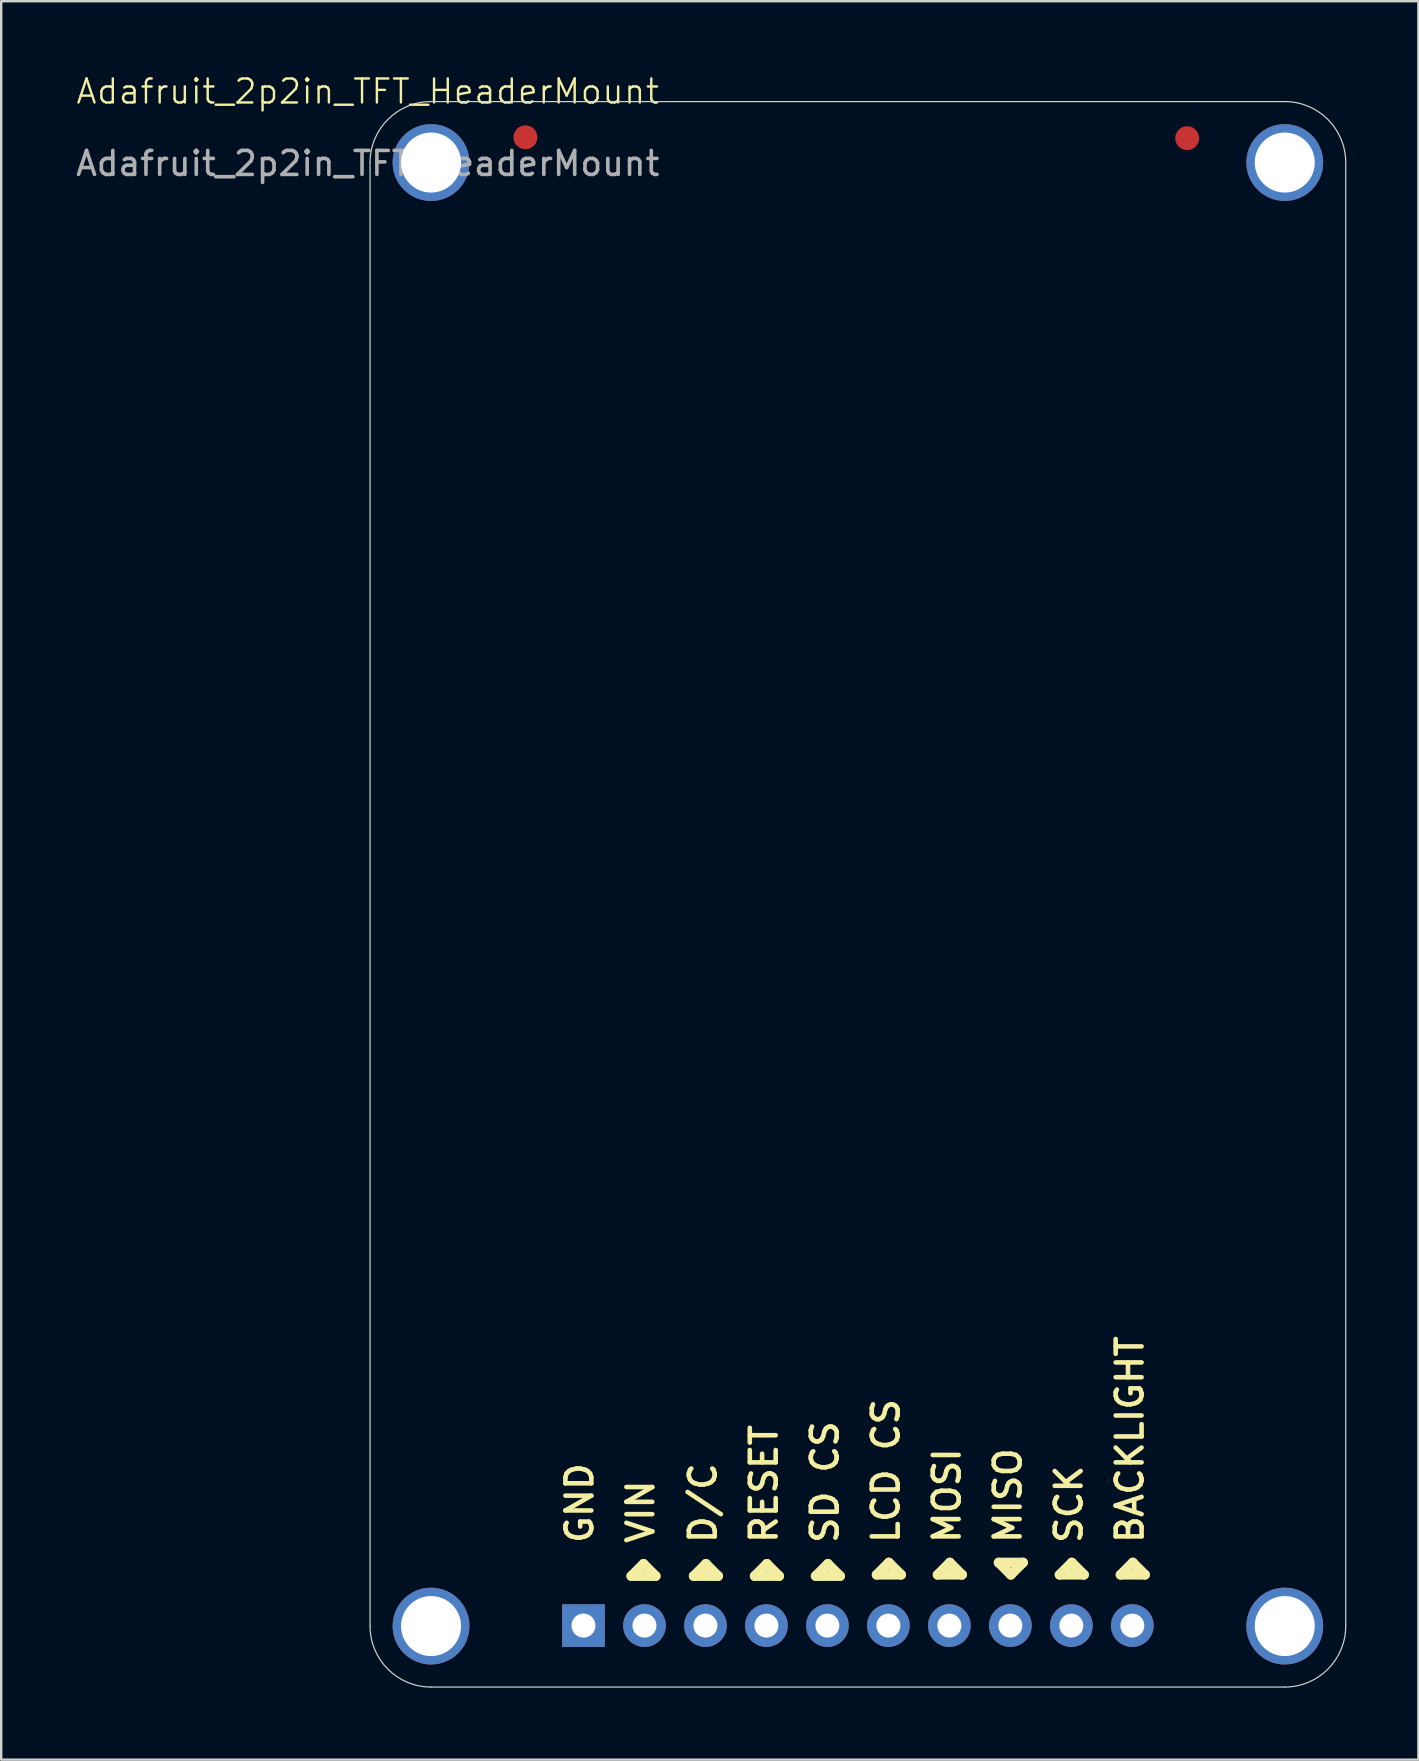
<source format=kicad_pcb>
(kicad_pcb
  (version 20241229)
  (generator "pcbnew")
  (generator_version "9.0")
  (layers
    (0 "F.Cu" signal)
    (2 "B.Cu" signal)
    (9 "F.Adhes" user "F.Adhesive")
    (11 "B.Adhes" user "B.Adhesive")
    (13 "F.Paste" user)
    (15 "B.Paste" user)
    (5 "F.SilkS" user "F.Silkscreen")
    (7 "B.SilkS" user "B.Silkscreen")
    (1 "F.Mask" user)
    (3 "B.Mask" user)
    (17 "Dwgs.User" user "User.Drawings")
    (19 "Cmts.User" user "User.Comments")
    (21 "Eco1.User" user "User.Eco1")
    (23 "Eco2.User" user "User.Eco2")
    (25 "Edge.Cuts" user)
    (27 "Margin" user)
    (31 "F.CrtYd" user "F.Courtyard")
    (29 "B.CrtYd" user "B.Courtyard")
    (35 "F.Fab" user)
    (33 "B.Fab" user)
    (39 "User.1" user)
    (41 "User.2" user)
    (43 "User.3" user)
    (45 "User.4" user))
  (footprint "Adafruit_2p2in_TFT_HeaderMount"
    (layer "F.Cu")
    (at 12.268 1.26)
    (property "Reference" "Adafruit_2p2in_TFT_HeaderMount" (at 0 -0.5 0) (unlocked yes) (layer "F.SilkS") (effects (font (size 1 1) (thickness 0.1))))
    (attr smd)
    (fp_line (start 10.978 61.337) (end 11.994 61.337) (stroke (width 0.406) (type solid)) (layer "F.SilkS"))
    (fp_line (start 11.486 60.829) (end 10.978 61.337) (stroke (width 0.406) (type solid)) (layer "F.SilkS"))
    (fp_line (start 11.994 61.337) (end 11.486 60.829) (stroke (width 0.406) (type solid)) (layer "F.SilkS"))
    (fp_line (start 13.578 61.337) (end 14.594 61.337) (stroke (width 0.406) (type solid)) (layer "F.SilkS"))
    (fp_line (start 14.086 60.829) (end 13.578 61.337) (stroke (width 0.406) (type solid)) (layer "F.SilkS"))
    (fp_line (start 14.594 61.337) (end 14.086 60.829) (stroke (width 0.406) (type solid)) (layer "F.SilkS"))
    (fp_line (start 16.118 61.337) (end 17.134 61.337) (stroke (width 0.406) (type solid)) (layer "F.SilkS"))
    (fp_line (start 16.626 60.829) (end 16.118 61.337) (stroke (width 0.406) (type solid)) (layer "F.SilkS"))
    (fp_line (start 17.134 61.337) (end 16.626 60.829) (stroke (width 0.406) (type solid)) (layer "F.SilkS"))
    (fp_line (start 18.658 61.337) (end 19.674 61.337) (stroke (width 0.406) (type solid)) (layer "F.SilkS"))
    (fp_line (start 19.166 60.829) (end 18.658 61.337) (stroke (width 0.406) (type solid)) (layer "F.SilkS"))
    (fp_line (start 19.674 61.337) (end 19.166 60.829) (stroke (width 0.406) (type solid)) (layer "F.SilkS"))
    (fp_line (start 21.198 61.283) (end 22.214 61.283) (stroke (width 0.406) (type solid)) (layer "F.SilkS"))
    (fp_line (start 21.706 60.775) (end 21.198 61.283) (stroke (width 0.406) (type solid)) (layer "F.SilkS"))
    (fp_line (start 22.214 61.283) (end 21.706 60.775) (stroke (width 0.406) (type solid)) (layer "F.SilkS"))
    (fp_line (start 23.738 61.283) (end 24.754 61.283) (stroke (width 0.406) (type solid)) (layer "F.SilkS"))
    (fp_line (start 24.246 60.775) (end 23.738 61.283) (stroke (width 0.406) (type solid)) (layer "F.SilkS"))
    (fp_line (start 24.754 61.283) (end 24.246 60.775) (stroke (width 0.406) (type solid)) (layer "F.SilkS"))
    (fp_line (start 26.278 60.775) (end 26.786 61.283) (stroke (width 0.406) (type solid)) (layer "F.SilkS"))
    (fp_line (start 26.786 61.283) (end 27.294 60.775) (stroke (width 0.406) (type solid)) (layer "F.SilkS"))
    (fp_line (start 27.294 60.775) (end 26.278 60.775) (stroke (width 0.406) (type solid)) (layer "F.SilkS"))
    (fp_line (start 28.818 61.283) (end 29.834 61.283) (stroke (width 0.406) (type solid)) (layer "F.SilkS"))
    (fp_line (start 29.326 60.775) (end 28.818 61.283) (stroke (width 0.406) (type solid)) (layer "F.SilkS"))
    (fp_line (start 29.834 61.283) (end 29.326 60.775) (stroke (width 0.406) (type solid)) (layer "F.SilkS"))
    (fp_line (start 31.358 61.283) (end 32.374 61.283) (stroke (width 0.406) (type solid)) (layer "F.SilkS"))
    (fp_line (start 31.866 60.775) (end 31.358 61.283) (stroke (width 0.406) (type solid)) (layer "F.SilkS"))
    (fp_line (start 32.374 61.283) (end 31.866 60.775) (stroke (width 0.406) (type solid)) (layer "F.SilkS"))
    (fp_line (start 0.096 2.461) (end 0.096 63.421) (stroke (width 0.05) (type solid)) (layer "Edge.Cuts"))
    (fp_line (start 2.636 65.961) (end 38.196 65.961) (stroke (width 0.05) (type solid)) (layer "Edge.Cuts"))
    (fp_line (start 38.196 -0.079) (end 2.636 -0.079) (stroke (width 0.05) (type solid)) (layer "Edge.Cuts"))
    (fp_line (start 40.736 63.421) (end 40.736 2.461) (stroke (width 0.05) (type solid)) (layer "Edge.Cuts"))
    (fp_arc (start 0.095645 2.460617) (mid 0.839594 0.664566) (end 2.635645 -0.079383) (stroke (width 0.05) (type solid)) (layer "Edge.Cuts"))
    (fp_arc (start 2.635645 65.960617) (mid 0.839594 65.216668) (end 0.095645 63.420617) (stroke (width 0.05) (type solid)) (layer "Edge.Cuts"))
    (fp_arc (start 38.195645 -0.079383) (mid 39.991696 0.664566) (end 40.735645 2.460617) (stroke (width 0.05) (type solid)) (layer "Edge.Cuts"))
    (fp_arc (start 40.735645 63.420617) (mid 39.991696 65.216668) (end 38.195645 65.960617) (stroke (width 0.05) (type solid)) (layer "Edge.Cuts"))
    (fp_text user "MISO" (at 27.294 60.067 90) (unlocked yes) (layer "F.SilkS") (effects (font (size 1.079 1.079) (thickness 0.191)) (justify left bottom)))
    (fp_text user "SCK" (at 29.834 60.067 90) (unlocked yes) (layer "F.SilkS") (effects (font (size 1.079 1.079) (thickness 0.191)) (justify left bottom)))
    (fp_text user "SD CS" (at 19.674 60.067 90) (unlocked yes) (layer "F.SilkS") (effects (font (size 1.079 1.079) (thickness 0.191)) (justify left bottom)))
    (fp_text user "LCD CS" (at 22.214 60.067 90) (unlocked yes) (layer "F.SilkS") (effects (font (size 1.079 1.079) (thickness 0.191)) (justify left bottom)))
    (fp_text user "VIN" (at 11.994 60.067 90) (unlocked yes) (layer "F.SilkS") (effects (font (size 1.079 1.079) (thickness 0.191)) (justify left bottom)))
    (fp_text user "BACKLIGHT" (at 32.374 60.067 90) (unlocked yes) (layer "F.SilkS") (effects (font (size 1.079 1.079) (thickness 0.191)) (justify left bottom)))
    (fp_text user "RESET" (at 17.134 60.067 90) (unlocked yes) (layer "F.SilkS") (effects (font (size 1.079 1.079) (thickness 0.191)) (justify left bottom)))
    (fp_text user "D/C" (at 14.594 60.067 90) (unlocked yes) (layer "F.SilkS") (effects (font (size 1.079 1.079) (thickness 0.191)) (justify left bottom)))
    (fp_text user "GND" (at 9.454 60.067 90) (unlocked yes) (layer "F.SilkS") (effects (font (size 1.079 1.079) (thickness 0.191)) (justify left bottom)))
    (fp_text user "MOSI" (at 24.754 60.067 90) (unlocked yes) (layer "F.SilkS") (effects (font (size 1.079 1.079) (thickness 0.191)) (justify left bottom)))
    (fp_text user "${REFERENCE}" (at 0 2.5 0) (unlocked yes) (layer "F.Fab") (effects (font (size 1 1) (thickness 0.15))))
    (pad "1" smd roundrect (at 6.567 1.409) (size 1 1) (layers "F.Cu" "F.Mask") (roundrect_rratio 0.5))
    (pad "1" thru_hole rect (at 8.986 63.401 90) (size 1.778 1.778) (drill 1) (layers "*.Cu" "*.Mask"))
    (pad "1" smd roundrect (at 34.132 1.445) (size 1 1) (layers "F.Cu" "F.Mask") (roundrect_rratio 0.5))
    (pad "2" thru_hole circle (at 11.526 63.401 90) (size 1.778 1.778) (drill 1) (layers "*.Cu" "*.Mask"))
    (pad "3" thru_hole circle (at 14.066 63.401 90) (size 1.778 1.778) (drill 1) (layers "*.Cu" "*.Mask"))
    (pad "4" thru_hole circle (at 16.606 63.401 90) (size 1.778 1.778) (drill 1) (layers "*.Cu" "*.Mask"))
    (pad "5" thru_hole circle (at 19.146 63.401 90) (size 1.778 1.778) (drill 1) (layers "*.Cu" "*.Mask"))
    (pad "6" thru_hole circle (at 21.686 63.401 90) (size 1.778 1.778) (drill 1) (layers "*.Cu" "*.Mask"))
    (pad "7" thru_hole circle (at 24.226 63.401 90) (size 1.778 1.778) (drill 1) (layers "*.Cu" "*.Mask"))
    (pad "8" thru_hole circle (at 26.766 63.401 90) (size 1.778 1.778) (drill 1) (layers "*.Cu" "*.Mask"))
    (pad "9" thru_hole circle (at 29.306 63.401 90) (size 1.778 1.778) (drill 1) (layers "*.Cu" "*.Mask"))
    (pad "10" thru_hole circle (at 31.846 63.401 90) (size 1.778 1.778) (drill 1) (layers "*.Cu" "*.Mask"))
    (pad "P$1" thru_hole circle (at 2.636 2.461) (size 3.2 3.2) (drill 2.5) (layers "*.Cu" "*.Mask"))
    (pad "P$1" thru_hole circle (at 2.636 63.421) (size 3.2 3.2) (drill 2.5) (layers "*.Cu" "*.Mask"))
    (pad "P$1" thru_hole circle (at 38.196 2.461) (size 3.2 3.2) (drill 2.5) (layers "*.Cu" "*.Mask"))
    (pad "P$1" thru_hole circle (at 38.196 63.421) (size 3.2 3.2) (drill 2.5) (layers "*.Cu" "*.Mask"))
    (zone (net_name "") (layer "F.Cu") (hatch edge 0.5) (connect_pads) (min_thickness 0.25) (filled_areas_thickness no) (keepout (tracks not_allowed) (vias not_allowed) (pads not_allowed) (copperpour not_allowed) (footprints allowed)) (placement (enabled no)) (fill) (polygon (pts (xy 16.92 3.721) (xy 16.9 3.441) (xy 16.841 3.165) (xy 16.745 2.901) (xy 16.613 2.653) (xy 16.448 2.425) (xy 16.252 2.223) (xy 16.031 2.05) (xy 15.787 1.909) (xy 15.526 1.804) (xy 15.254 1.736) (xy 14.974 1.706) (xy 14.693 1.716) (xy 14.416 1.765) (xy 14.148 1.852) (xy 13.896 1.975) (xy 13.662 2.132) (xy 13.453 2.321) (xy 13.273 2.536) (xy 13.123 2.775) (xy 13.009 3.032) (xy 12.932 3.302) (xy 12.892 3.58) (xy 12.892 3.862) (xy 12.932 4.14) (xy 13.009 4.411) (xy 13.123 4.668) (xy 13.273 4.906) (xy 13.453 5.122) (xy 13.662 5.31) (xy 13.896 5.467) (xy 14.148 5.59) (xy 14.416 5.677) (xy 14.693 5.726) (xy 14.974 5.736) (xy 15.254 5.706) (xy 15.526 5.638) (xy 15.787 5.533) (xy 16.031 5.392) (xy 16.252 5.219) (xy 16.448 5.017) (xy 16.613 4.789) (xy 16.745 4.541) (xy 16.841 4.277) (xy 16.9 4.002))) (polygon (pts (xy 14.888 3.721) (xy 14.892 3.732) (xy 14.904 3.737) (xy 14.915 3.732) (xy 14.92 3.721) (xy 14.915 3.71) (xy 14.904 3.705) (xy 14.892 3.71))))
    (zone (net_name "") (layer "F.Cu") (hatch edge 0.5) (connect_pads) (min_thickness 0.25) (filled_areas_thickness no) (keepout (tracks not_allowed) (vias not_allowed) (pads not_allowed) (copperpour not_allowed) (footprints allowed)) (placement (enabled no)) (fill) (polygon (pts (xy 16.92 64.681) (xy 16.9 64.401) (xy 16.841 64.125) (xy 16.745 63.861) (xy 16.613 63.613) (xy 16.448 63.385) (xy 16.252 63.183) (xy 16.031 63.01) (xy 15.787 62.869) (xy 15.526 62.764) (xy 15.254 62.696) (xy 14.974 62.666) (xy 14.693 62.676) (xy 14.416 62.725) (xy 14.148 62.812) (xy 13.896 62.935) (xy 13.662 63.092) (xy 13.453 63.281) (xy 13.273 63.496) (xy 13.123 63.735) (xy 13.009 63.992) (xy 12.932 64.262) (xy 12.892 64.54) (xy 12.892 64.822) (xy 12.932 65.1) (xy 13.009 65.371) (xy 13.123 65.628) (xy 13.273 65.866) (xy 13.453 66.082) (xy 13.662 66.27) (xy 13.896 66.427) (xy 14.148 66.55) (xy 14.416 66.637) (xy 14.693 66.686) (xy 14.974 66.696) (xy 15.254 66.666) (xy 15.526 66.598) (xy 15.787 66.493) (xy 16.031 66.352) (xy 16.252 66.179) (xy 16.448 65.977) (xy 16.613 65.749) (xy 16.745 65.501) (xy 16.841 65.237) (xy 16.9 64.962))) (polygon (pts (xy 14.888 64.681) (xy 14.892 64.692) (xy 14.904 64.697) (xy 14.915 64.692) (xy 14.92 64.681) (xy 14.915 64.67) (xy 14.904 64.665) (xy 14.892 64.67))))
    (zone (net_name "") (layer "F.Cu") (hatch edge 0.5) (connect_pads) (min_thickness 0.25) (filled_areas_thickness no) (keepout (tracks not_allowed) (vias not_allowed) (pads not_allowed) (copperpour not_allowed) (footprints allowed)) (placement (enabled no)) (fill) (polygon (pts (xy 52.48 3.721) (xy 52.46 3.441) (xy 52.401 3.165) (xy 52.305 2.901) (xy 52.173 2.653) (xy 52.008 2.425) (xy 51.812 2.223) (xy 51.591 2.05) (xy 51.347 1.909) (xy 51.086 1.804) (xy 50.814 1.736) (xy 50.534 1.706) (xy 50.253 1.716) (xy 49.976 1.765) (xy 49.708 1.852) (xy 49.456 1.975) (xy 49.222 2.132) (xy 49.013 2.321) (xy 48.833 2.536) (xy 48.683 2.775) (xy 48.569 3.032) (xy 48.492 3.302) (xy 48.452 3.58) (xy 48.452 3.862) (xy 48.492 4.14) (xy 48.569 4.411) (xy 48.683 4.668) (xy 48.833 4.906) (xy 49.013 5.122) (xy 49.222 5.31) (xy 49.456 5.467) (xy 49.708 5.59) (xy 49.976 5.677) (xy 50.253 5.726) (xy 50.534 5.736) (xy 50.814 5.706) (xy 51.086 5.638) (xy 51.347 5.533) (xy 51.591 5.392) (xy 51.812 5.219) (xy 52.008 5.017) (xy 52.173 4.789) (xy 52.305 4.541) (xy 52.401 4.277) (xy 52.46 4.002))) (polygon (pts (xy 50.448 3.721) (xy 50.452 3.732) (xy 50.464 3.737) (xy 50.475 3.732) (xy 50.48 3.721) (xy 50.475 3.71) (xy 50.464 3.705) (xy 50.452 3.71))))
    (zone (net_name "") (layer "F.Cu") (hatch edge 0.5) (connect_pads) (min_thickness 0.25) (filled_areas_thickness no) (keepout (tracks not_allowed) (vias not_allowed) (pads not_allowed) (copperpour not_allowed) (footprints allowed)) (placement (enabled no)) (fill) (polygon (pts (xy 52.48 64.681) (xy 52.46 64.401) (xy 52.401 64.125) (xy 52.305 63.861) (xy 52.173 63.613) (xy 52.008 63.385) (xy 51.812 63.183) (xy 51.591 63.01) (xy 51.347 62.869) (xy 51.086 62.764) (xy 50.814 62.696) (xy 50.534 62.666) (xy 50.253 62.676) (xy 49.976 62.725) (xy 49.708 62.812) (xy 49.456 62.935) (xy 49.222 63.092) (xy 49.013 63.281) (xy 48.833 63.496) (xy 48.683 63.735) (xy 48.569 63.992) (xy 48.492 64.262) (xy 48.452 64.54) (xy 48.452 64.822) (xy 48.492 65.1) (xy 48.569 65.371) (xy 48.683 65.628) (xy 48.833 65.866) (xy 49.013 66.082) (xy 49.222 66.27) (xy 49.456 66.427) (xy 49.708 66.55) (xy 49.976 66.637) (xy 50.253 66.686) (xy 50.534 66.696) (xy 50.814 66.666) (xy 51.086 66.598) (xy 51.347 66.493) (xy 51.591 66.352) (xy 51.812 66.179) (xy 52.008 65.977) (xy 52.173 65.749) (xy 52.305 65.501) (xy 52.401 65.237) (xy 52.46 64.962))) (polygon (pts (xy 50.448 64.681) (xy 50.452 64.692) (xy 50.464 64.697) (xy 50.475 64.692) (xy 50.48 64.681) (xy 50.475 64.67) (xy 50.464 64.665) (xy 50.452 64.67))))
    (zone (net_name "") (layer "B.Cu") (hatch edge 0.5) (connect_pads) (min_thickness 0.25) (filled_areas_thickness no) (keepout (tracks not_allowed) (vias not_allowed) (pads not_allowed) (copperpour not_allowed) (footprints allowed)) (placement (enabled no)) (fill) (polygon (pts (xy 16.92 3.721) (xy 16.9 3.441) (xy 16.841 3.165) (xy 16.745 2.901) (xy 16.613 2.653) (xy 16.448 2.425) (xy 16.252 2.223) (xy 16.031 2.05) (xy 15.787 1.909) (xy 15.526 1.804) (xy 15.254 1.736) (xy 14.974 1.706) (xy 14.693 1.716) (xy 14.416 1.765) (xy 14.148 1.852) (xy 13.896 1.975) (xy 13.662 2.132) (xy 13.453 2.321) (xy 13.273 2.536) (xy 13.123 2.775) (xy 13.009 3.032) (xy 12.932 3.302) (xy 12.892 3.58) (xy 12.892 3.862) (xy 12.932 4.14) (xy 13.009 4.411) (xy 13.123 4.668) (xy 13.273 4.906) (xy 13.453 5.122) (xy 13.662 5.31) (xy 13.896 5.467) (xy 14.148 5.59) (xy 14.416 5.677) (xy 14.693 5.726) (xy 14.974 5.736) (xy 15.254 5.706) (xy 15.526 5.638) (xy 15.787 5.533) (xy 16.031 5.392) (xy 16.252 5.219) (xy 16.448 5.017) (xy 16.613 4.789) (xy 16.745 4.541) (xy 16.841 4.277) (xy 16.9 4.002))) (polygon (pts (xy 14.888 3.721) (xy 14.892 3.732) (xy 14.904 3.737) (xy 14.915 3.732) (xy 14.92 3.721) (xy 14.915 3.71) (xy 14.904 3.705) (xy 14.892 3.71))))
    (zone (net_name "") (layer "B.Cu") (hatch edge 0.5) (connect_pads) (min_thickness 0.25) (filled_areas_thickness no) (keepout (tracks not_allowed) (vias not_allowed) (pads not_allowed) (copperpour not_allowed) (footprints allowed)) (placement (enabled no)) (fill) (polygon (pts (xy 16.92 64.681) (xy 16.9 64.401) (xy 16.841 64.125) (xy 16.745 63.861) (xy 16.613 63.613) (xy 16.448 63.385) (xy 16.252 63.183) (xy 16.031 63.01) (xy 15.787 62.869) (xy 15.526 62.764) (xy 15.254 62.696) (xy 14.974 62.666) (xy 14.693 62.676) (xy 14.416 62.725) (xy 14.148 62.812) (xy 13.896 62.935) (xy 13.662 63.092) (xy 13.453 63.281) (xy 13.273 63.496) (xy 13.123 63.735) (xy 13.009 63.992) (xy 12.932 64.262) (xy 12.892 64.54) (xy 12.892 64.822) (xy 12.932 65.1) (xy 13.009 65.371) (xy 13.123 65.628) (xy 13.273 65.866) (xy 13.453 66.082) (xy 13.662 66.27) (xy 13.896 66.427) (xy 14.148 66.55) (xy 14.416 66.637) (xy 14.693 66.686) (xy 14.974 66.696) (xy 15.254 66.666) (xy 15.526 66.598) (xy 15.787 66.493) (xy 16.031 66.352) (xy 16.252 66.179) (xy 16.448 65.977) (xy 16.613 65.749) (xy 16.745 65.501) (xy 16.841 65.237) (xy 16.9 64.962))) (polygon (pts (xy 14.888 64.681) (xy 14.892 64.692) (xy 14.904 64.697) (xy 14.915 64.692) (xy 14.92 64.681) (xy 14.915 64.67) (xy 14.904 64.665) (xy 14.892 64.67))))
    (zone (net_name "") (layer "B.Cu") (hatch edge 0.5) (connect_pads) (min_thickness 0.25) (filled_areas_thickness no) (keepout (tracks not_allowed) (vias not_allowed) (pads not_allowed) (copperpour not_allowed) (footprints allowed)) (placement (enabled no)) (fill) (polygon (pts (xy 52.48 3.721) (xy 52.46 3.441) (xy 52.401 3.165) (xy 52.305 2.901) (xy 52.173 2.653) (xy 52.008 2.425) (xy 51.812 2.223) (xy 51.591 2.05) (xy 51.347 1.909) (xy 51.086 1.804) (xy 50.814 1.736) (xy 50.534 1.706) (xy 50.253 1.716) (xy 49.976 1.765) (xy 49.708 1.852) (xy 49.456 1.975) (xy 49.222 2.132) (xy 49.013 2.321) (xy 48.833 2.536) (xy 48.683 2.775) (xy 48.569 3.032) (xy 48.492 3.302) (xy 48.452 3.58) (xy 48.452 3.862) (xy 48.492 4.14) (xy 48.569 4.411) (xy 48.683 4.668) (xy 48.833 4.906) (xy 49.013 5.122) (xy 49.222 5.31) (xy 49.456 5.467) (xy 49.708 5.59) (xy 49.976 5.677) (xy 50.253 5.726) (xy 50.534 5.736) (xy 50.814 5.706) (xy 51.086 5.638) (xy 51.347 5.533) (xy 51.591 5.392) (xy 51.812 5.219) (xy 52.008 5.017) (xy 52.173 4.789) (xy 52.305 4.541) (xy 52.401 4.277) (xy 52.46 4.002))) (polygon (pts (xy 50.448 3.721) (xy 50.452 3.732) (xy 50.464 3.737) (xy 50.475 3.732) (xy 50.48 3.721) (xy 50.475 3.71) (xy 50.464 3.705) (xy 50.452 3.71))))
    (zone (net_name "") (layer "B.Cu") (hatch edge 0.5) (connect_pads) (min_thickness 0.25) (filled_areas_thickness no) (keepout (tracks not_allowed) (vias not_allowed) (pads not_allowed) (copperpour not_allowed) (footprints allowed)) (placement (enabled no)) (fill) (polygon (pts (xy 52.48 64.681) (xy 52.46 64.401) (xy 52.401 64.125) (xy 52.305 63.861) (xy 52.173 63.613) (xy 52.008 63.385) (xy 51.812 63.183) (xy 51.591 63.01) (xy 51.347 62.869) (xy 51.086 62.764) (xy 50.814 62.696) (xy 50.534 62.666) (xy 50.253 62.676) (xy 49.976 62.725) (xy 49.708 62.812) (xy 49.456 62.935) (xy 49.222 63.092) (xy 49.013 63.281) (xy 48.833 63.496) (xy 48.683 63.735) (xy 48.569 63.992) (xy 48.492 64.262) (xy 48.452 64.54) (xy 48.452 64.822) (xy 48.492 65.1) (xy 48.569 65.371) (xy 48.683 65.628) (xy 48.833 65.866) (xy 49.013 66.082) (xy 49.222 66.27) (xy 49.456 66.427) (xy 49.708 66.55) (xy 49.976 66.637) (xy 50.253 66.686) (xy 50.534 66.696) (xy 50.814 66.666) (xy 51.086 66.598) (xy 51.347 66.493) (xy 51.591 66.352) (xy 51.812 66.179) (xy 52.008 65.977) (xy 52.173 65.749) (xy 52.305 65.501) (xy 52.401 65.237) (xy 52.46 64.962))) (polygon (pts (xy 50.448 64.681) (xy 50.452 64.692) (xy 50.464 64.697) (xy 50.475 64.692) (xy 50.48 64.681) (xy 50.475 64.67) (xy 50.464 64.665) (xy 50.452 64.67)))))
  (gr_rect
    (start -3 -3)
    (end 56.029 70.246)
    (stroke (width 0.1) (type default))
    (fill no)
    (layer "Edge.Cuts")))
</source>
